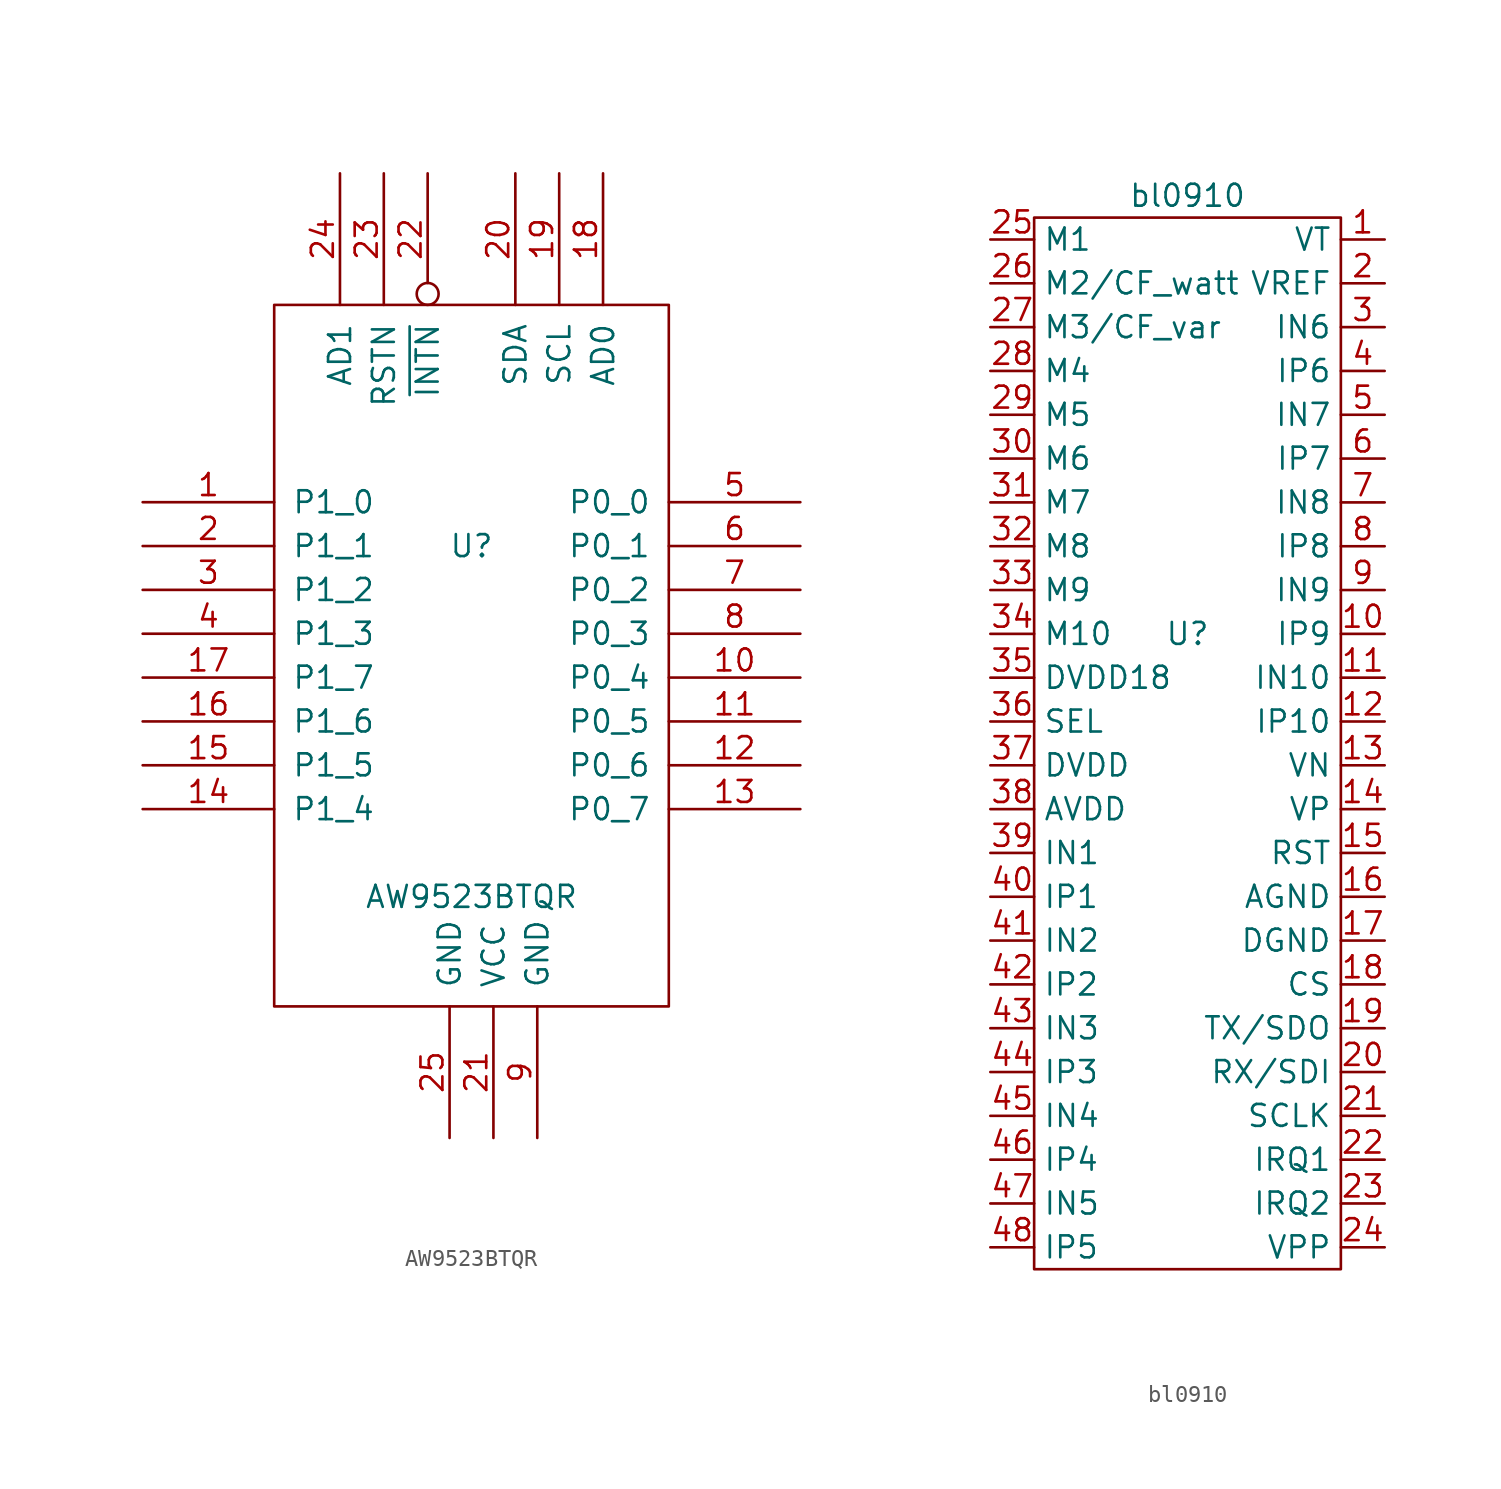
<source format=kicad_sym>
(kicad_symbol_lib
  (version 20211014)
  (generator kicad_symbol_editor)
  (symbol "AW9523BTQR"
    (pin_names
      (offset 1.016))
    (property "Reference" "U"
      (at 0 6.35 0)
      (effects (font (size 1.27 1.27))))
    (property "Value" "AW9523BTQR"
      (at 0 -13.97 0)
      (effects (font (size 1.27 1.27))))
    (symbol "AW9523BTQR_1_0"
      (rectangle (start -11.43 -20.32) (end 11.43 20.32) (stroke (width 0) (type default) (color 0 0 0 0)) (fill (type none))))
    (symbol "AW9523BTQR_1_1"
      (pin bidirectional line (at -19.05 8.89 0) (length 7.62) (name "P1_0" (effects (font (size 1.27 1.27)))) (number "1" (effects (font (size 1.27 1.27)))))
      (pin bidirectional line (at 19.05 -1.27 180) (length 7.62) (name "P0_4" (effects (font (size 1.27 1.27)))) (number "10" (effects (font (size 1.27 1.27)))))
      (pin bidirectional line (at 19.05 -3.81 180) (length 7.62) (name "P0_5" (effects (font (size 1.27 1.27)))) (number "11" (effects (font (size 1.27 1.27)))))
      (pin bidirectional line (at 19.05 -6.35 180) (length 7.62) (name "P0_6" (effects (font (size 1.27 1.27)))) (number "12" (effects (font (size 1.27 1.27)))))
      (pin bidirectional line (at 19.05 -8.89 180) (length 7.62) (name "P0_7" (effects (font (size 1.27 1.27)))) (number "13" (effects (font (size 1.27 1.27)))))
      (pin bidirectional line (at -19.05 -8.89 0) (length 7.62) (name "P1_4" (effects (font (size 1.27 1.27)))) (number "14" (effects (font (size 1.27 1.27)))))
      (pin bidirectional line (at -19.05 -6.35 0) (length 7.62) (name "P1_5" (effects (font (size 1.27 1.27)))) (number "15" (effects (font (size 1.27 1.27)))))
      (pin bidirectional line (at -19.05 -3.81 0) (length 7.62) (name "P1_6" (effects (font (size 1.27 1.27)))) (number "16" (effects (font (size 1.27 1.27)))))
      (pin bidirectional line (at -19.05 -1.27 0) (length 7.62) (name "P1_7" (effects (font (size 1.27 1.27)))) (number "17" (effects (font (size 1.27 1.27)))))
      (pin bidirectional line (at 7.62 27.94 270) (length 7.62) (name "AD0" (effects (font (size 1.27 1.27)))) (number "18" (effects (font (size 1.27 1.27)))))
      (pin bidirectional line (at 5.08 27.94 270) (length 7.62) (name "SCL" (effects (font (size 1.27 1.27)))) (number "19" (effects (font (size 1.27 1.27)))))
      (pin bidirectional line (at -19.05 6.35 0) (length 7.62) (name "P1_1" (effects (font (size 1.27 1.27)))) (number "2" (effects (font (size 1.27 1.27)))))
      (pin bidirectional line (at 2.54 27.94 270) (length 7.62) (name "SDA" (effects (font (size 1.27 1.27)))) (number "20" (effects (font (size 1.27 1.27)))))
      (pin power_in line (at 1.27 -27.94 90) (length 7.62) (name "VCC" (effects (font (size 1.27 1.27)))) (number "21" (effects (font (size 1.27 1.27)))))
      (pin bidirectional inverted (at -2.54 27.94 270) (length 7.62) (name "~{INTN}" (effects (font (size 1.27 1.27)))) (number "22" (effects (font (size 1.27 1.27)))))
      (pin bidirectional line (at -5.08 27.94 270) (length 7.62) (name "RSTN" (effects (font (size 1.27 1.27)))) (number "23" (effects (font (size 1.27 1.27)))))
      (pin bidirectional line (at -7.62 27.94 270) (length 7.62) (name "AD1" (effects (font (size 1.27 1.27)))) (number "24" (effects (font (size 1.27 1.27)))))
      (pin power_in line (at -1.27 -27.94 90) (length 7.62) (name "GND" (effects (font (size 1.27 1.27)))) (number "25" (effects (font (size 1.27 1.27)))))
      (pin bidirectional line (at -19.05 3.81 0) (length 7.62) (name "P1_2" (effects (font (size 1.27 1.27)))) (number "3" (effects (font (size 1.27 1.27)))))
      (pin bidirectional line (at -19.05 1.27 0) (length 7.62) (name "P1_3" (effects (font (size 1.27 1.27)))) (number "4" (effects (font (size 1.27 1.27)))))
      (pin bidirectional line (at 19.05 8.89 180) (length 7.62) (name "P0_0" (effects (font (size 1.27 1.27)))) (number "5" (effects (font (size 1.27 1.27)))))
      (pin bidirectional line (at 19.05 6.35 180) (length 7.62) (name "P0_1" (effects (font (size 1.27 1.27)))) (number "6" (effects (font (size 1.27 1.27)))))
      (pin bidirectional line (at 19.05 3.81 180) (length 7.62) (name "P0_2" (effects (font (size 1.27 1.27)))) (number "7" (effects (font (size 1.27 1.27)))))
      (pin bidirectional line (at 19.05 1.27 180) (length 7.62) (name "P0_3" (effects (font (size 1.27 1.27)))) (number "8" (effects (font (size 1.27 1.27)))))
      (pin power_in line (at 3.81 -27.94 90) (length 7.62) (name "GND" (effects (font (size 1.27 1.27)))) (number "9" (effects (font (size 1.27 1.27)))))))
  (symbol "bl0910"
    (property "Reference" "U"
      (at 0 0 0)
      (effects (font (size 1.27 1.27))))
    (property "Value" "bl0910"
      (at 0 25.4 0)
      (effects (font (size 1.27 1.27))))
    (symbol "bl0910_0_1"
      (rectangle (start -8.89 24.13) (end 8.89 -36.83) (stroke (width 0) (type default) (color 0 0 0 0)) (fill (type none))))
    (symbol "bl0910_1_1"
      (pin input line (at 11.43 22.86 180) (length 2.54) (name "VT" (effects (font (size 1.27 1.27)))) (number "1" (effects (font (size 1.27 1.27)))))
      (pin input line (at 11.43 0 180) (length 2.54) (name "IP9" (effects (font (size 1.27 1.27)))) (number "10" (effects (font (size 1.27 1.27)))))
      (pin input line (at 11.43 -2.54 180) (length 2.54) (name "IN10" (effects (font (size 1.27 1.27)))) (number "11" (effects (font (size 1.27 1.27)))))
      (pin input line (at 11.43 -5.08 180) (length 2.54) (name "IP10" (effects (font (size 1.27 1.27)))) (number "12" (effects (font (size 1.27 1.27)))))
      (pin input line (at 11.43 -7.62 180) (length 2.54) (name "VN" (effects (font (size 1.27 1.27)))) (number "13" (effects (font (size 1.27 1.27)))))
      (pin input line (at 11.43 -10.16 180) (length 2.54) (name "VP" (effects (font (size 1.27 1.27)))) (number "14" (effects (font (size 1.27 1.27)))))
      (pin input line (at 11.43 -12.7 180) (length 2.54) (name "RST" (effects (font (size 1.27 1.27)))) (number "15" (effects (font (size 1.27 1.27)))))
      (pin power_in line (at 11.43 -15.24 180) (length 2.54) (name "AGND" (effects (font (size 1.27 1.27)))) (number "16" (effects (font (size 1.27 1.27)))))
      (pin input line (at 11.43 -17.78 180) (length 2.54) (name "DGND" (effects (font (size 1.27 1.27)))) (number "17" (effects (font (size 1.27 1.27)))))
      (pin input line (at 11.43 -20.32 180) (length 2.54) (name "CS" (effects (font (size 1.27 1.27)))) (number "18" (effects (font (size 1.27 1.27)))))
      (pin output line (at 11.43 -22.86 180) (length 2.54) (name "TX/SDO" (effects (font (size 1.27 1.27)))) (number "19" (effects (font (size 1.27 1.27)))))
      (pin bidirectional line (at 11.43 20.32 180) (length 2.54) (name "VREF" (effects (font (size 1.27 1.27)))) (number "2" (effects (font (size 1.27 1.27)))))
      (pin input line (at 11.43 -25.4 180) (length 2.54) (name "RX/SDI" (effects (font (size 1.27 1.27)))) (number "20" (effects (font (size 1.27 1.27)))))
      (pin input line (at 11.43 -27.94 180) (length 2.54) (name "SCLK" (effects (font (size 1.27 1.27)))) (number "21" (effects (font (size 1.27 1.27)))))
      (pin output line (at 11.43 -30.48 180) (length 2.54) (name "IRQ1" (effects (font (size 1.27 1.27)))) (number "22" (effects (font (size 1.27 1.27)))))
      (pin output line (at 11.43 -33.02 180) (length 2.54) (name "IRQ2" (effects (font (size 1.27 1.27)))) (number "23" (effects (font (size 1.27 1.27)))))
      (pin power_in line (at 11.43 -35.56 180) (length 2.54) (name "VPP" (effects (font (size 1.27 1.27)))) (number "24" (effects (font (size 1.27 1.27)))))
      (pin output line (at -11.43 22.86 0) (length 2.54) (name "M1" (effects (font (size 1.27 1.27)))) (number "25" (effects (font (size 1.27 1.27)))))
      (pin output line (at -11.43 20.32 0) (length 2.54) (name "M2/CF_watt" (effects (font (size 1.27 1.27)))) (number "26" (effects (font (size 1.27 1.27)))))
      (pin output line (at -11.43 17.78 0) (length 2.54) (name "M3/CF_var" (effects (font (size 1.27 1.27)))) (number "27" (effects (font (size 1.27 1.27)))))
      (pin output line (at -11.43 15.24 0) (length 2.54) (name "M4" (effects (font (size 1.27 1.27)))) (number "28" (effects (font (size 1.27 1.27)))))
      (pin output line (at -11.43 12.7 0) (length 2.54) (name "M5" (effects (font (size 1.27 1.27)))) (number "29" (effects (font (size 1.27 1.27)))))
      (pin input line (at 11.43 17.78 180) (length 2.54) (name "IN6" (effects (font (size 1.27 1.27)))) (number "3" (effects (font (size 1.27 1.27)))))
      (pin output line (at -11.43 10.16 0) (length 2.54) (name "M6" (effects (font (size 1.27 1.27)))) (number "30" (effects (font (size 1.27 1.27)))))
      (pin output line (at -11.43 7.62 0) (length 2.54) (name "M7" (effects (font (size 1.27 1.27)))) (number "31" (effects (font (size 1.27 1.27)))))
      (pin output line (at -11.43 5.08 0) (length 2.54) (name "M8" (effects (font (size 1.27 1.27)))) (number "32" (effects (font (size 1.27 1.27)))))
      (pin output line (at -11.43 2.54 0) (length 2.54) (name "M9" (effects (font (size 1.27 1.27)))) (number "33" (effects (font (size 1.27 1.27)))))
      (pin output line (at -11.43 0 0) (length 2.54) (name "M10" (effects (font (size 1.27 1.27)))) (number "34" (effects (font (size 1.27 1.27)))))
      (pin bidirectional line (at -11.43 -2.54 0) (length 2.54) (name "DVDD18" (effects (font (size 1.27 1.27)))) (number "35" (effects (font (size 1.27 1.27)))))
      (pin input line (at -11.43 -5.08 0) (length 2.54) (name "SEL" (effects (font (size 1.27 1.27)))) (number "36" (effects (font (size 1.27 1.27)))))
      (pin power_in line (at -11.43 -7.62 0) (length 2.54) (name "DVDD" (effects (font (size 1.27 1.27)))) (number "37" (effects (font (size 1.27 1.27)))))
      (pin power_in line (at -11.43 -10.16 0) (length 2.54) (name "AVDD" (effects (font (size 1.27 1.27)))) (number "38" (effects (font (size 1.27 1.27)))))
      (pin input line (at -11.43 -12.7 0) (length 2.54) (name "IN1" (effects (font (size 1.27 1.27)))) (number "39" (effects (font (size 1.27 1.27)))))
      (pin input line (at 11.43 15.24 180) (length 2.54) (name "IP6" (effects (font (size 1.27 1.27)))) (number "4" (effects (font (size 1.27 1.27)))))
      (pin input line (at -11.43 -15.24 0) (length 2.54) (name "IP1" (effects (font (size 1.27 1.27)))) (number "40" (effects (font (size 1.27 1.27)))))
      (pin input line (at -11.43 -17.78 0) (length 2.54) (name "IN2" (effects (font (size 1.27 1.27)))) (number "41" (effects (font (size 1.27 1.27)))))
      (pin input line (at -11.43 -20.32 0) (length 2.54) (name "IP2" (effects (font (size 1.27 1.27)))) (number "42" (effects (font (size 1.27 1.27)))))
      (pin input line (at -11.43 -22.86 0) (length 2.54) (name "IN3" (effects (font (size 1.27 1.27)))) (number "43" (effects (font (size 1.27 1.27)))))
      (pin input line (at -11.43 -25.4 0) (length 2.54) (name "IP3" (effects (font (size 1.27 1.27)))) (number "44" (effects (font (size 1.27 1.27)))))
      (pin input line (at -11.43 -27.94 0) (length 2.54) (name "IN4" (effects (font (size 1.27 1.27)))) (number "45" (effects (font (size 1.27 1.27)))))
      (pin input line (at -11.43 -30.48 0) (length 2.54) (name "IP4" (effects (font (size 1.27 1.27)))) (number "46" (effects (font (size 1.27 1.27)))))
      (pin input line (at -11.43 -33.02 0) (length 2.54) (name "IN5" (effects (font (size 1.27 1.27)))) (number "47" (effects (font (size 1.27 1.27)))))
      (pin input line (at -11.43 -35.56 0) (length 2.54) (name "IP5" (effects (font (size 1.27 1.27)))) (number "48" (effects (font (size 1.27 1.27)))))
      (pin input line (at 11.43 12.7 180) (length 2.54) (name "IN7" (effects (font (size 1.27 1.27)))) (number "5" (effects (font (size 1.27 1.27)))))
      (pin input line (at 11.43 10.16 180) (length 2.54) (name "IP7" (effects (font (size 1.27 1.27)))) (number "6" (effects (font (size 1.27 1.27)))))
      (pin input line (at 11.43 7.62 180) (length 2.54) (name "IN8" (effects (font (size 1.27 1.27)))) (number "7" (effects (font (size 1.27 1.27)))))
      (pin input line (at 11.43 5.08 180) (length 2.54) (name "IP8" (effects (font (size 1.27 1.27)))) (number "8" (effects (font (size 1.27 1.27)))))
      (pin input line (at 11.43 2.54 180) (length 2.54) (name "IN9" (effects (font (size 1.27 1.27)))) (number "9" (effects (font (size 1.27 1.27))))))))
</source>
